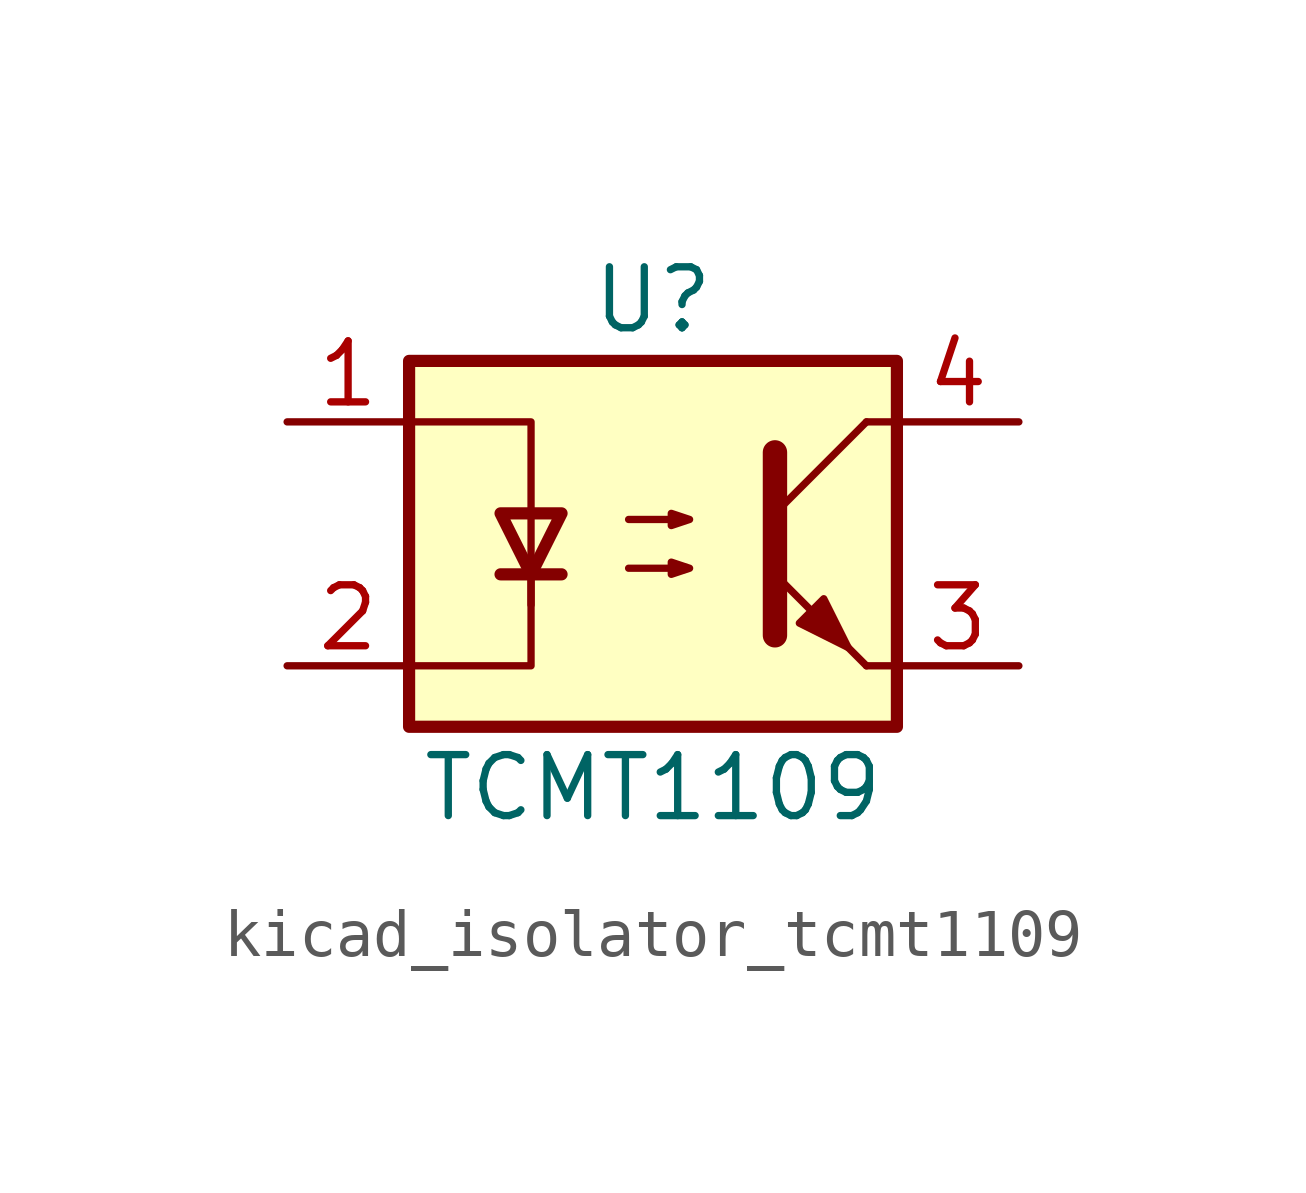
<source format=kicad_sym>
(kicad_symbol_lib
  (version 20220914)
  (generator kicad_symbol_editor)
  (symbol "kicad_isolator_tcmt1109"
    (pin_names
      (offset 1.016))
    (property "Reference" "U"
      (at 0 5.08 0)
      (effects (font (size 1.27 1.27))))
    (property "Value" "TCMT1109"
      (at 0 -5.08 0)
      (effects (font (size 1.27 1.27))))
    (symbol "kicad_isolator_tcmt1109_1_1"
      (rectangle (start -5.08 3.81) (end 5.08 -3.81) (stroke (width 0.254) (type default)) (fill (type background)))
      (polyline (pts (xy -3.175 -0.635) (xy -1.905 -0.635)) (stroke (width 0.254) (type default)) (fill (type none)))
      (polyline (pts (xy 2.54 0.635) (xy 4.445 2.54)) (stroke (width 0) (type default)) (fill (type none)))
      (polyline (pts (xy 4.445 -2.54) (xy 2.54 -0.635)) (stroke (width 0) (type default)) (fill (type outline)))
      (polyline (pts (xy 4.445 -2.54) (xy 5.08 -2.54)) (stroke (width 0) (type default)) (fill (type none)))
      (polyline (pts (xy 4.445 2.54) (xy 5.08 2.54)) (stroke (width 0) (type default)) (fill (type none)))
      (polyline (pts (xy -2.54 -0.635) (xy -2.54 -2.54) (xy -5.08 -2.54)) (stroke (width 0) (type default)) (fill (type none)))
      (polyline (pts (xy 2.54 1.905) (xy 2.54 -1.905) (xy 2.54 -1.905)) (stroke (width 0.508) (type default)) (fill (type none)))
      (polyline (pts (xy -5.08 2.54) (xy -2.54 2.54) (xy -2.54 -1.27) (xy -2.54 0.635)) (stroke (width 0) (type default)) (fill (type none)))
      (polyline (pts (xy -2.54 -0.635) (xy -3.175 0.635) (xy -1.905 0.635) (xy -2.54 -0.635)) (stroke (width 0.254) (type default)) (fill (type none)))
      (polyline (pts (xy -0.508 -0.508) (xy 0.762 -0.508) (xy 0.381 -0.635) (xy 0.381 -0.381) (xy 0.762 -0.508)) (stroke (width 0) (type default)) (fill (type none)))
      (polyline (pts (xy -0.508 0.508) (xy 0.762 0.508) (xy 0.381 0.381) (xy 0.381 0.635) (xy 0.762 0.508)) (stroke (width 0) (type default)) (fill (type none)))
      (polyline (pts (xy 3.048 -1.651) (xy 3.556 -1.143) (xy 4.064 -2.159) (xy 3.048 -1.651) (xy 3.048 -1.651)) (stroke (width 0) (type default)) (fill (type outline)))
      (pin passive line (at -7.62 2.54 0) (length 2.54) (name "~" (effects (font (size 1.27 1.27)))) (number "1" (effects (font (size 1.27 1.27)))))
      (pin passive line (at -7.62 -2.54 0) (length 2.54) (name "~" (effects (font (size 1.27 1.27)))) (number "2" (effects (font (size 1.27 1.27)))))
      (pin passive line (at 7.62 -2.54 180) (length 2.54) (name "~" (effects (font (size 1.27 1.27)))) (number "3" (effects (font (size 1.27 1.27)))))
      (pin passive line (at 7.62 2.54 180) (length 2.54) (name "~" (effects (font (size 1.27 1.27)))) (number "4" (effects (font (size 1.27 1.27))))))))
</source>
